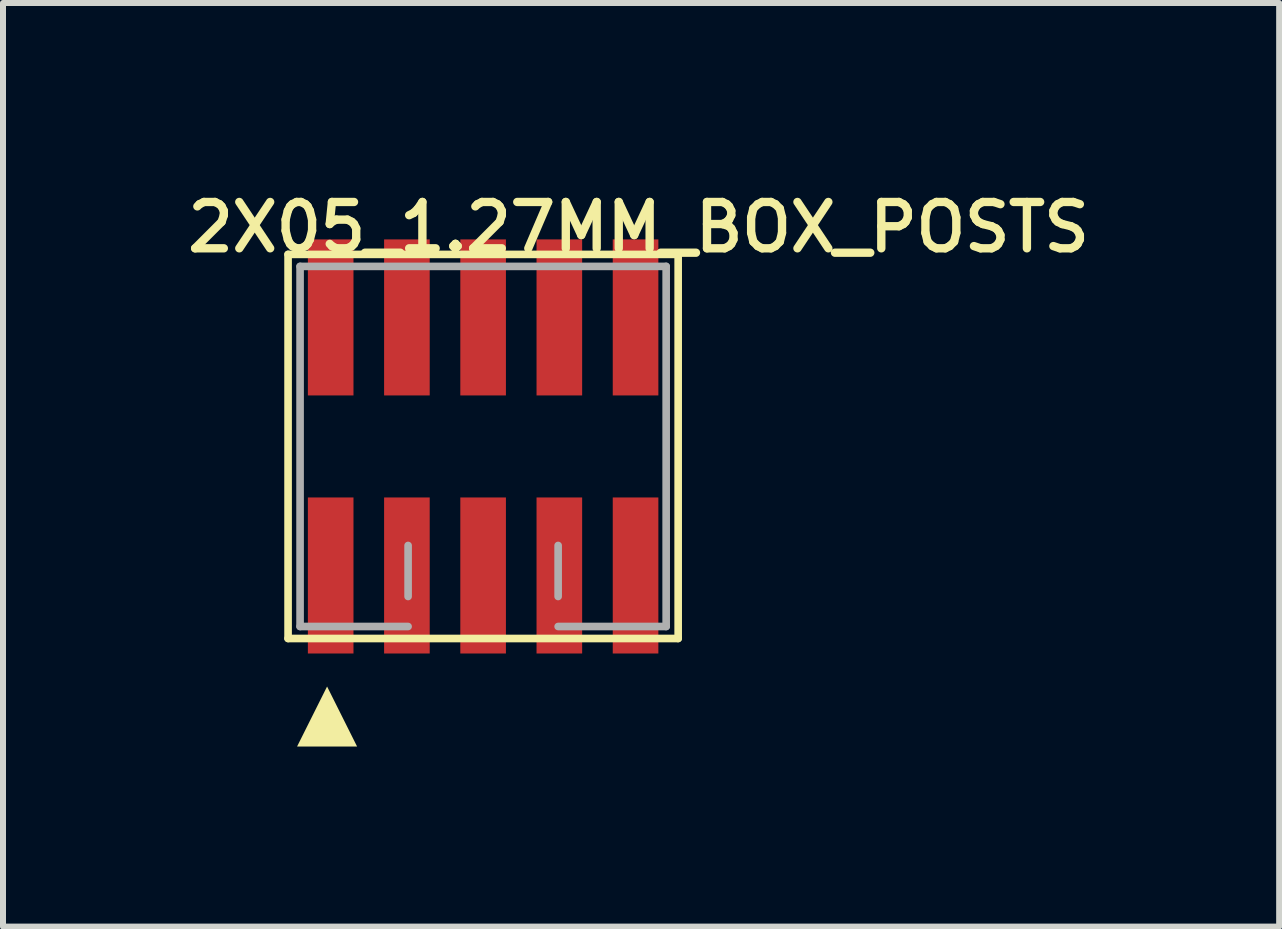
<source format=kicad_pcb>
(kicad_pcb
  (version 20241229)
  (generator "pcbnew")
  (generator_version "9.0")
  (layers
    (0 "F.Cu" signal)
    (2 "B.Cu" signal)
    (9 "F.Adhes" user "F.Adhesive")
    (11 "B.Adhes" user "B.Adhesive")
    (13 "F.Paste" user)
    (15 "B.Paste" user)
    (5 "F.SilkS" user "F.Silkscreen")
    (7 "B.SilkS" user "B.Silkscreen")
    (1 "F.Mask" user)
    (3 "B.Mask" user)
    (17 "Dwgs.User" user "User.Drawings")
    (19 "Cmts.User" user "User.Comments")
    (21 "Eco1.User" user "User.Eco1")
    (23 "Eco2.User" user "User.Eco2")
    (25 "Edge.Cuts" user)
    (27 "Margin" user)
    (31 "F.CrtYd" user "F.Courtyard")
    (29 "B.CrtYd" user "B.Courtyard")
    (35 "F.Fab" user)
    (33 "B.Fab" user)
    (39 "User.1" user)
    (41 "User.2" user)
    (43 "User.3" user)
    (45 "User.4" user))
  (footprint "2X05_1.27MM_BOX_POSTS"
    (layer "F.Cu")
    (at 5 4.389)
    (property "Reference" "2X05_1.27MM_BOX_POSTS" (at -5 -3.2 180) (layer "F.SilkS") (effects (font (size 0.772 0.772) (thickness 0.139)) (justify left bottom)))
    (attr through_hole)
    (fp_line (start -3.25 -3.2) (end -3.25 3.2) (stroke (width 0.127) (type solid)) (layer "F.SilkS"))
    (fp_line (start -3.25 3.2) (end 3.25 3.2) (stroke (width 0.127) (type solid)) (layer "F.SilkS"))
    (fp_line (start 3.25 -3.2) (end -3.25 -3.2) (stroke (width 0.127) (type solid)) (layer "F.SilkS"))
    (fp_line (start 3.25 -3.2) (end 3.25 3.2) (stroke (width 0.127) (type solid)) (layer "F.SilkS"))
    (fp_poly (pts (xy -3.1 5) (xy -2.1 5) (xy -2.6 4)) (stroke (width 0) (type solid)) (fill yes) (layer "F.SilkS"))
    (fp_line (start -3.05 -3) (end 3.05 -3) (stroke (width 0.127) (type solid)) (layer "F.Fab"))
    (fp_line (start -3.05 3) (end -3.05 -3) (stroke (width 0.127) (type solid)) (layer "F.Fab"))
    (fp_line (start -1.25 1.65) (end -1.25 2.5) (stroke (width 0.127) (type solid)) (layer "F.Fab"))
    (fp_line (start -1.25 3) (end -3.05 3) (stroke (width 0.127) (type solid)) (layer "F.Fab"))
    (fp_line (start 1.25 1.65) (end 1.25 2.5) (stroke (width 0.127) (type solid)) (layer "F.Fab"))
    (fp_line (start 3.05 -3) (end 3.05 3) (stroke (width 0.127) (type solid)) (layer "F.Fab"))
    (fp_line (start 3.05 3) (end 1.25 3) (stroke (width 0.127) (type solid)) (layer "F.Fab"))
    (pad "1" smd rect (at -2.54 2.15) (size 0.76 2.6) (layers "F.Cu" "F.Mask" "F.Paste"))
    (pad "2" smd rect (at -2.54 -2.15) (size 0.76 2.6) (layers "F.Cu" "F.Mask" "F.Paste"))
    (pad "3" smd rect (at -1.27 2.15) (size 0.76 2.6) (layers "F.Cu" "F.Mask" "F.Paste"))
    (pad "4" smd rect (at -1.27 -2.15) (size 0.76 2.6) (layers "F.Cu" "F.Mask" "F.Paste"))
    (pad "5" smd rect (at 0 2.15) (size 0.76 2.6) (layers "F.Cu" "F.Mask" "F.Paste"))
    (pad "6" smd rect (at 0 -2.15) (size 0.76 2.6) (layers "F.Cu" "F.Mask" "F.Paste"))
    (pad "7" smd rect (at 1.27 2.15) (size 0.76 2.6) (layers "F.Cu" "F.Mask" "F.Paste"))
    (pad "8" smd rect (at 1.27 -2.15) (size 0.76 2.6) (layers "F.Cu" "F.Mask" "F.Paste"))
    (pad "9" smd rect (at 2.54 2.15) (size 0.76 2.6) (layers "F.Cu" "F.Mask" "F.Paste"))
    (pad "10" smd rect (at 2.54 -2.15) (size 0.76 2.6) (layers "F.Cu" "F.Mask" "F.Paste")))
  (gr_rect
    (start -3 -3)
    (end 18.264 12.389)
    (stroke (width 0.1) (type default))
    (fill no)
    (layer "Edge.Cuts")))
</source>
